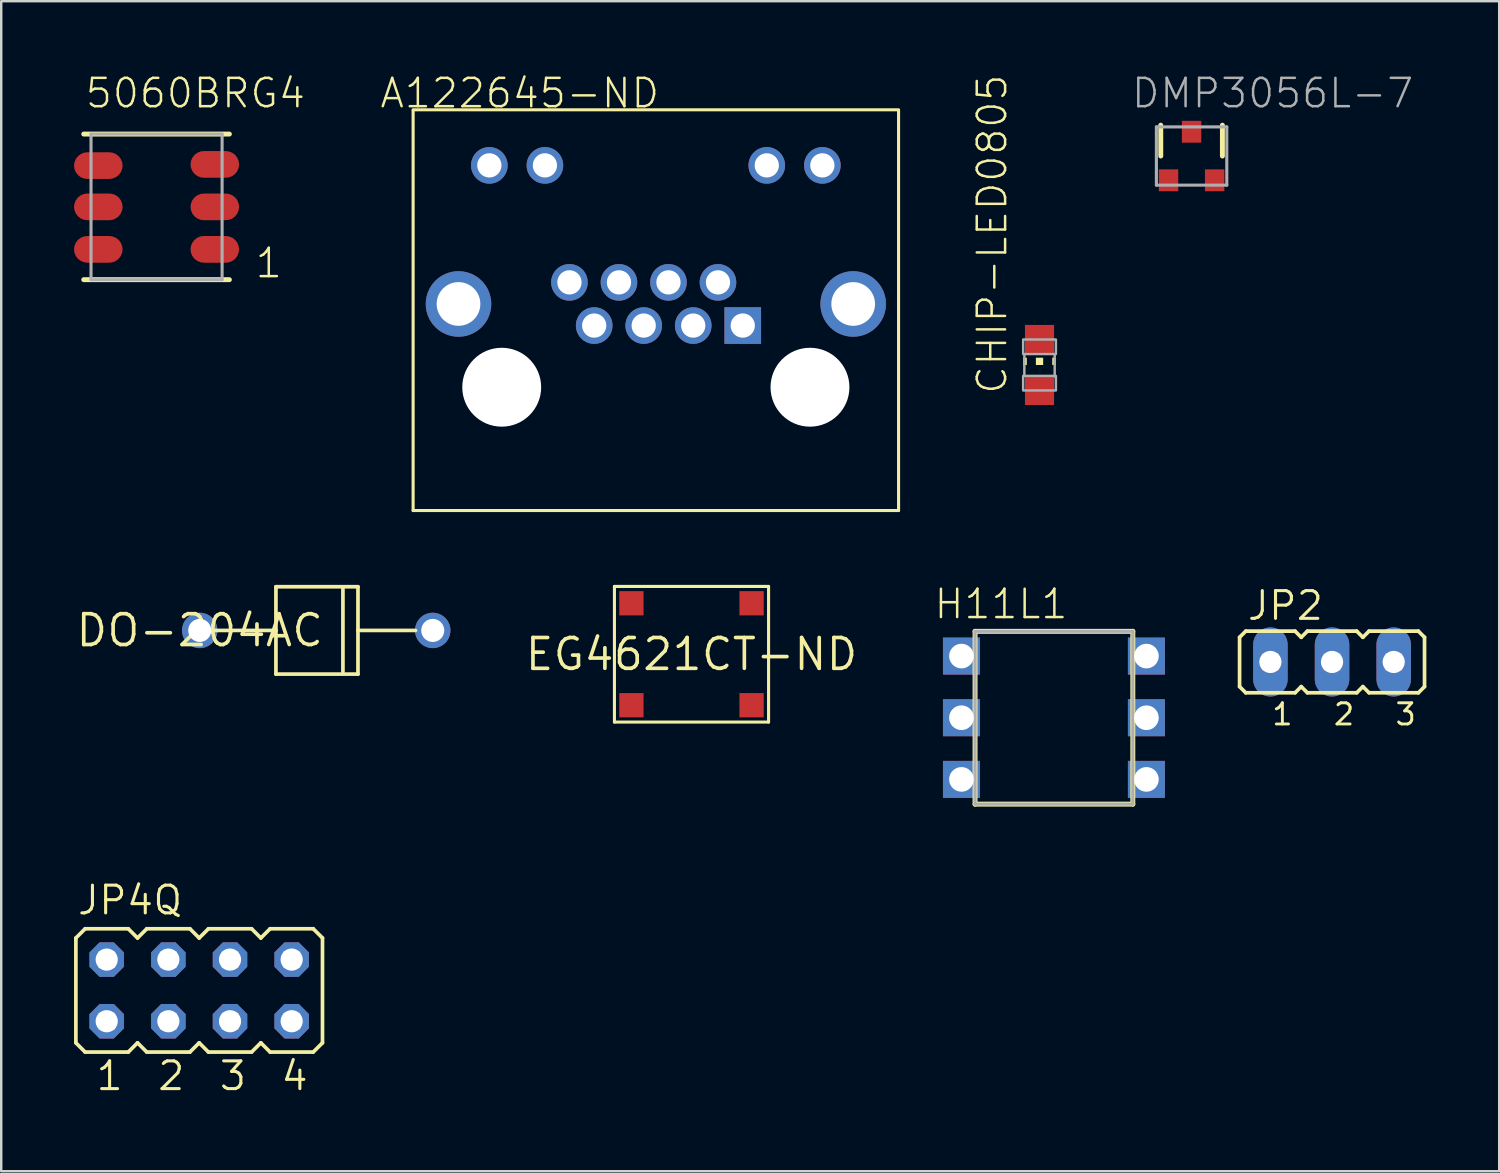
<source format=kicad_pcb>
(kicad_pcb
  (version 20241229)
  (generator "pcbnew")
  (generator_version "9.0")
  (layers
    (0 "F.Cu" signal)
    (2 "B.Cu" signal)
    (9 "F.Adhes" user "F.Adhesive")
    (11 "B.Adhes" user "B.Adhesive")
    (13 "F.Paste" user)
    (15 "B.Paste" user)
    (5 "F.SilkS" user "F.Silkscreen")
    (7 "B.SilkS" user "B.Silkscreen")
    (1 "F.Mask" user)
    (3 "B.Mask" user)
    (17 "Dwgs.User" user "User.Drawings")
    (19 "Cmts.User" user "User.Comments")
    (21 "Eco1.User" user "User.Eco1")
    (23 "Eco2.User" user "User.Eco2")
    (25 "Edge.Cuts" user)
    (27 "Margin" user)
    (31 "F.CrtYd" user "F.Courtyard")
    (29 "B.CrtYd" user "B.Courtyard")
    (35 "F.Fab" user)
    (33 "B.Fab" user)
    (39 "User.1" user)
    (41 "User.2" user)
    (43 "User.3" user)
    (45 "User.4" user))
  (footprint "DMP3056L-7"
    (layer "F.Cu")
    (at 46.042 3.378)
    (property "Reference" "DMP3056L-7" (at -2.54 -1.905 0) (layer "F.Fab") (effects (font (size 1.168 1.168) (thickness 0.102)) (justify left bottom)))
    (fp_line (start -1.27 0) (end -1.27 -1.27) (stroke (width 0.203) (type solid)) (layer "F.SilkS"))
    (fp_line (start 1.27 0) (end 1.27 -1.27) (stroke (width 0.203) (type solid)) (layer "F.SilkS"))
    (fp_line (start -1.45 -1.2) (end -1.45 1.2) (stroke (width 0.127) (type solid)) (layer "F.Fab"))
    (fp_line (start -1.45 1.2) (end 1.45 1.2) (stroke (width 0.127) (type solid)) (layer "F.Fab"))
    (fp_line (start 1.45 -1.2) (end -1.45 -1.2) (stroke (width 0.127) (type solid)) (layer "F.Fab"))
    (fp_line (start 1.45 1.2) (end 1.45 -1.2) (stroke (width 0.127) (type solid)) (layer "F.Fab"))
    (pad "D" smd rect (at 0 -1) (size 0.8 0.9) (layers "F.Cu" "F.Mask" "F.Paste"))
    (pad "G" smd rect (at -0.95 1) (size 0.8 0.9) (layers "F.Cu" "F.Mask" "F.Paste"))
    (pad "S" smd rect (at 0.95 1) (size 0.8 0.9) (layers "F.Cu" "F.Mask" "F.Paste")))
  (footprint "JP4Q"
    (layer "F.Cu")
    (at 5.156 37.754)
    (property "Reference" "JP4Q" (at -5.08 -3.048 0) (layer "F.SilkS") (effects (font (size 1.143 1.143) (thickness 0.127)) (justify left bottom)))
    (fp_line (start -5.08 -2.159) (end -4.699 -2.54) (stroke (width 0.152) (type solid)) (layer "F.SilkS"))
    (fp_line (start -5.08 2.159) (end -5.08 -2.159) (stroke (width 0.152) (type solid)) (layer "F.SilkS"))
    (fp_line (start -5.08 2.159) (end -4.699 2.54) (stroke (width 0.152) (type solid)) (layer "F.SilkS"))
    (fp_line (start -4.699 -2.54) (end -2.921 -2.54) (stroke (width 0.152) (type solid)) (layer "F.SilkS"))
    (fp_line (start -4.699 2.54) (end -2.921 2.54) (stroke (width 0.152) (type solid)) (layer "F.SilkS"))
    (fp_line (start -2.921 -2.54) (end -2.54 -2.159) (stroke (width 0.152) (type solid)) (layer "F.SilkS"))
    (fp_line (start -2.54 -2.159) (end -2.159 -2.54) (stroke (width 0.152) (type solid)) (layer "F.SilkS"))
    (fp_line (start -2.54 2.159) (end -2.921 2.54) (stroke (width 0.152) (type solid)) (layer "F.SilkS"))
    (fp_line (start -2.54 2.159) (end -2.159 2.54) (stroke (width 0.152) (type solid)) (layer "F.SilkS"))
    (fp_line (start -2.159 -2.54) (end -0.381 -2.54) (stroke (width 0.152) (type solid)) (layer "F.SilkS"))
    (fp_line (start -0.381 2.54) (end -2.159 2.54) (stroke (width 0.152) (type solid)) (layer "F.SilkS"))
    (fp_line (start 0 -2.159) (end -0.381 -2.54) (stroke (width 0.152) (type solid)) (layer "F.SilkS"))
    (fp_line (start 0 -2.159) (end 0.381 -2.54) (stroke (width 0.152) (type solid)) (layer "F.SilkS"))
    (fp_line (start 0 2.159) (end -0.381 2.54) (stroke (width 0.152) (type solid)) (layer "F.SilkS"))
    (fp_line (start 0 2.159) (end 0.381 2.54) (stroke (width 0.152) (type solid)) (layer "F.SilkS"))
    (fp_line (start 0.381 -2.54) (end 2.159 -2.54) (stroke (width 0.152) (type solid)) (layer "F.SilkS"))
    (fp_line (start 2.159 2.54) (end 0.381 2.54) (stroke (width 0.152) (type solid)) (layer "F.SilkS"))
    (fp_line (start 2.159 2.54) (end 2.54 2.159) (stroke (width 0.152) (type solid)) (layer "F.SilkS"))
    (fp_line (start 2.54 -2.159) (end 2.159 -2.54) (stroke (width 0.152) (type solid)) (layer "F.SilkS"))
    (fp_line (start 2.54 -2.159) (end 2.921 -2.54) (stroke (width 0.152) (type solid)) (layer "F.SilkS"))
    (fp_line (start 2.54 2.159) (end 2.921 2.54) (stroke (width 0.152) (type solid)) (layer "F.SilkS"))
    (fp_line (start 2.921 -2.54) (end 4.699 -2.54) (stroke (width 0.152) (type solid)) (layer "F.SilkS"))
    (fp_line (start 4.699 2.54) (end 2.921 2.54) (stroke (width 0.152) (type solid)) (layer "F.SilkS"))
    (fp_line (start 4.699 2.54) (end 5.08 2.159) (stroke (width 0.152) (type solid)) (layer "F.SilkS"))
    (fp_line (start 5.08 -2.159) (end 4.699 -2.54) (stroke (width 0.152) (type solid)) (layer "F.SilkS"))
    (fp_line (start 5.08 -2.159) (end 5.08 2.159) (stroke (width 0.152) (type solid)) (layer "F.SilkS"))
    (fp_poly (pts (xy -4.115 -0.965) (xy -3.505 -0.965) (xy -3.505 -1.575) (xy -4.115 -1.575)) (stroke (width 0.1) (type default)) (fill no) (layer "F.Fab"))
    (fp_poly (pts (xy -4.115 1.575) (xy -3.505 1.575) (xy -3.505 0.965) (xy -4.115 0.965)) (stroke (width 0.1) (type default)) (fill no) (layer "F.Fab"))
    (fp_poly (pts (xy -1.575 -0.965) (xy -0.965 -0.965) (xy -0.965 -1.575) (xy -1.575 -1.575)) (stroke (width 0.1) (type default)) (fill no) (layer "F.Fab"))
    (fp_poly (pts (xy -1.575 1.575) (xy -0.965 1.575) (xy -0.965 0.965) (xy -1.575 0.965)) (stroke (width 0.1) (type default)) (fill no) (layer "F.Fab"))
    (fp_poly (pts (xy 0.965 -0.965) (xy 1.575 -0.965) (xy 1.575 -1.575) (xy 0.965 -1.575)) (stroke (width 0.1) (type default)) (fill no) (layer "F.Fab"))
    (fp_poly (pts (xy 0.965 1.575) (xy 1.575 1.575) (xy 1.575 0.965) (xy 0.965 0.965)) (stroke (width 0.1) (type default)) (fill no) (layer "F.Fab"))
    (fp_poly (pts (xy 3.505 -0.965) (xy 4.115 -0.965) (xy 4.115 -1.575) (xy 3.505 -1.575)) (stroke (width 0.1) (type default)) (fill no) (layer "F.Fab"))
    (fp_poly (pts (xy 3.505 1.575) (xy 4.115 1.575) (xy 4.115 0.965) (xy 3.505 0.965)) (stroke (width 0.1) (type default)) (fill no) (layer "F.Fab"))
    (fp_text user "1" (at -4.318 4.191 0) (layer "F.SilkS") (effects (font (size 1.143 1.143) (thickness 0.127)) (justify left bottom)))
    (fp_text user "4" (at 3.302 4.191 0) (layer "F.SilkS") (effects (font (size 1.143 1.143) (thickness 0.127)) (justify left bottom)))
    (fp_text user "2" (at -1.778 4.191 0) (layer "F.SilkS") (effects (font (size 1.143 1.143) (thickness 0.127)) (justify left bottom)))
    (fp_text user "3" (at 0.762 4.191 0) (layer "F.SilkS") (effects (font (size 1.143 1.143) (thickness 0.127)) (justify left bottom)))
    (pad "1" thru_hole roundrect (at -3.81 1.27) (size 1.422 1.422) (drill 0.914) (layers "*.Cu" "*.Mask") (roundrect_rratio 0.25) (chamfer_ratio 0.293) (chamfer top_left top_right bottom_left bottom_right))
    (pad "2" thru_hole roundrect (at -3.81 -1.27) (size 1.422 1.422) (drill 0.914) (layers "*.Cu" "*.Mask") (roundrect_rratio 0.25) (chamfer_ratio 0.293) (chamfer top_left top_right bottom_left bottom_right))
    (pad "3" thru_hole roundrect (at -1.27 1.27) (size 1.422 1.422) (drill 0.914) (layers "*.Cu" "*.Mask") (roundrect_rratio 0.25) (chamfer_ratio 0.293) (chamfer top_left top_right bottom_left bottom_right))
    (pad "4" thru_hole roundrect (at -1.27 -1.27) (size 1.422 1.422) (drill 0.914) (layers "*.Cu" "*.Mask") (roundrect_rratio 0.25) (chamfer_ratio 0.293) (chamfer top_left top_right bottom_left bottom_right))
    (pad "5" thru_hole roundrect (at 1.27 1.27) (size 1.422 1.422) (drill 0.914) (layers "*.Cu" "*.Mask") (roundrect_rratio 0.25) (chamfer_ratio 0.293) (chamfer top_left top_right bottom_left bottom_right))
    (pad "6" thru_hole roundrect (at 1.27 -1.27) (size 1.422 1.422) (drill 0.914) (layers "*.Cu" "*.Mask") (roundrect_rratio 0.25) (chamfer_ratio 0.293) (chamfer top_left top_right bottom_left bottom_right))
    (pad "7" thru_hole roundrect (at 3.81 1.27) (size 1.422 1.422) (drill 0.914) (layers "*.Cu" "*.Mask") (roundrect_rratio 0.25) (chamfer_ratio 0.293) (chamfer top_left top_right bottom_left bottom_right))
    (pad "8" thru_hole roundrect (at 3.81 -1.27) (size 1.422 1.422) (drill 0.914) (layers "*.Cu" "*.Mask") (roundrect_rratio 0.25) (chamfer_ratio 0.293) (chamfer top_left top_right bottom_left bottom_right)))
  (footprint "5060BRG4"
    (layer "F.Cu")
    (at 3.4 5.473)
    (property "Reference" "5060BRG4" (at -3 -4 0) (layer "F.SilkS") (effects (font (size 1.168 1.168) (thickness 0.102)) (justify left bottom)))
    (fp_line (start -3 3) (end 3 3) (stroke (width 0.203) (type solid)) (layer "F.SilkS"))
    (fp_line (start 3 -3) (end -3 -3) (stroke (width 0.203) (type solid)) (layer "F.SilkS"))
    (fp_line (start -2.7 -3) (end 2.7 -3) (stroke (width 0.127) (type solid)) (layer "F.Fab"))
    (fp_line (start -2.7 3) (end -2.7 -3) (stroke (width 0.127) (type solid)) (layer "F.Fab"))
    (fp_line (start 2.7 -3) (end 2.7 3) (stroke (width 0.127) (type solid)) (layer "F.Fab"))
    (fp_line (start 2.7 3) (end -2.7 3) (stroke (width 0.127) (type solid)) (layer "F.Fab"))
    (fp_text user "1" (at 4 3 0) (layer "F.SilkS") (effects (font (size 1.168 1.168) (thickness 0.102)) (justify left bottom)))
    (pad "1" smd roundrect (at 2.4 1.75) (size 2 1.1) (layers "F.Cu" "F.Mask" "F.Paste") (roundrect_rratio 0.5))
    (pad "2" smd roundrect (at 2.4 0) (size 2 1.1) (layers "F.Cu" "F.Mask" "F.Paste") (roundrect_rratio 0.5))
    (pad "3" smd roundrect (at 2.4 -1.75) (size 2 1.1) (layers "F.Cu" "F.Mask" "F.Paste") (roundrect_rratio 0.5))
    (pad "4" smd roundrect (at -2.4 -1.7) (size 2 1.1) (layers "F.Cu" "F.Mask" "F.Paste") (roundrect_rratio 0.5))
    (pad "5" smd roundrect (at -2.4 0) (size 2 1.1) (layers "F.Cu" "F.Mask" "F.Paste") (roundrect_rratio 0.5))
    (pad "6" smd roundrect (at -2.4 1.75) (size 2 1.1) (layers "F.Cu" "F.Mask" "F.Paste") (roundrect_rratio 0.5)))
  (footprint "H11L1"
    (layer "F.Cu")
    (at 40.371 26.52)
    (property "Reference" "H11L1" (at -5 -4 0) (layer "F.SilkS") (effects (font (size 1.168 1.168) (thickness 0.102)) (justify left bottom)))
    (fp_line (start -3.25 -3.56) (end -3.25 3.56) (stroke (width 0.203) (type solid)) (layer "F.SilkS"))
    (fp_line (start -3.25 -3.56) (end 3.25 -3.56) (stroke (width 0.203) (type solid)) (layer "F.SilkS"))
    (fp_line (start -3.25 3.56) (end 3.25 3.56) (stroke (width 0.203) (type solid)) (layer "F.SilkS"))
    (fp_line (start 3.25 -3.56) (end 3.25 3.56) (stroke (width 0.203) (type solid)) (layer "F.SilkS"))
    (fp_line (start -3.25 -3.56) (end -3.25 3.56) (stroke (width 0.127) (type solid)) (layer "F.Fab"))
    (fp_line (start -3.25 -3.56) (end 3.25 -3.56) (stroke (width 0.127) (type solid)) (layer "F.Fab"))
    (fp_line (start -3.25 3.56) (end 3.25 3.56) (stroke (width 0.127) (type solid)) (layer "F.Fab"))
    (fp_line (start 3.25 -3.56) (end 3.25 3.56) (stroke (width 0.127) (type solid)) (layer "F.Fab"))
    (pad "3" thru_hole rect (at -3.81 2.54) (size 1.524 1.524) (drill 1.016) (layers "*.Cu" "*.Mask"))
    (pad "ANODE" thru_hole rect (at -3.81 -2.54) (size 1.524 1.524) (drill 1.016) (layers "*.Cu" "*.Mask"))
    (pad "CATHODE" thru_hole rect (at -3.81 0) (size 1.524 1.524) (drill 1.016) (layers "*.Cu" "*.Mask"))
    (pad "GND" thru_hole rect (at 3.81 0) (size 1.524 1.524) (drill 1.016) (layers "*.Cu" "*.Mask"))
    (pad "VCC" thru_hole rect (at 3.81 -2.54) (size 1.524 1.524) (drill 1.016) (layers "*.Cu" "*.Mask"))
    (pad "VO" thru_hole rect (at 3.81 2.54) (size 1.524 1.524) (drill 1.016) (layers "*.Cu" "*.Mask")))
  (footprint "DO-204AC"
    (layer "F.Cu")
    (at 5.178 22.923)
    (property "Reference" "DO-204AC" (at 0 0 0) (layer "F.SilkS") (effects (font (size 1.27 1.27) (thickness 0.15))))
    (fp_line (start 0 0) (end 3.14 0) (stroke (width 0.152) (type solid)) (layer "F.SilkS"))
    (fp_line (start 3.14 -1.8) (end 6.52 -1.8) (stroke (width 0.152) (type solid)) (layer "F.SilkS"))
    (fp_line (start 3.14 0) (end 3.14 -1.8) (stroke (width 0.152) (type solid)) (layer "F.SilkS"))
    (fp_line (start 3.14 1.8) (end 3.14 0) (stroke (width 0.152) (type solid)) (layer "F.SilkS"))
    (fp_line (start 5.9 -1.7) (end 5.9 1.7) (stroke (width 0.152) (type solid)) (layer "F.SilkS"))
    (fp_line (start 6.52 -1.8) (end 6.52 0) (stroke (width 0.152) (type solid)) (layer "F.SilkS"))
    (fp_line (start 6.52 0) (end 6.52 1.8) (stroke (width 0.152) (type solid)) (layer "F.SilkS"))
    (fp_line (start 6.52 0) (end 8.89 0) (stroke (width 0.152) (type solid)) (layer "F.SilkS"))
    (fp_line (start 6.52 1.8) (end 3.14 1.8) (stroke (width 0.152) (type solid)) (layer "F.SilkS"))
    (pad "ANODE" thru_hole circle (at 0 0) (size 1.458 1.458) (drill 0.95) (layers "*.Cu" "*.Mask"))
    (pad "CATHODE" thru_hole circle (at 9.6 0) (size 1.458 1.458) (drill 0.95) (layers "*.Cu" "*.Mask")))
  (footprint "CHIP-LED0805"
    (layer "F.Cu")
    (at 39.777 11.987)
    (property "Reference" "CHIP-LED0805" (at -1.27 1.27 90) (layer "F.SilkS") (effects (font (size 1.168 1.168) (thickness 0.102)) (justify left bottom)))
    (fp_poly (pts (xy -0.675 0) (xy -0.525 0) (xy -0.525 -0.3) (xy -0.675 -0.3)) (stroke (width 0) (type default)) (fill yes) (layer "F.SilkS"))
    (fp_poly (pts (xy -0.15 0) (xy 0.15 0) (xy 0.15 -0.3) (xy -0.15 -0.3)) (stroke (width 0) (type default)) (fill yes) (layer "F.SilkS"))
    (fp_poly (pts (xy 0.525 0) (xy 0.675 0) (xy 0.675 -0.3) (xy 0.525 -0.3)) (stroke (width 0) (type default)) (fill yes) (layer "F.SilkS"))
    (fp_line (start -0.625 -0.45) (end -0.625 0.45) (stroke (width 0.102) (type solid)) (layer "F.Fab"))
    (fp_line (start 0.625 -0.45) (end 0.625 0.475) (stroke (width 0.102) (type solid)) (layer "F.Fab"))
    (fp_poly (pts (xy -0.675 -0.45) (xy 0.675 -0.45) (xy 0.675 -1.05) (xy -0.675 -1.05)) (stroke (width 0.1) (type default)) (fill no) (layer "F.Fab"))
    (fp_poly (pts (xy -0.675 1.05) (xy 0.675 1.05) (xy 0.675 0.45) (xy -0.675 0.45)) (stroke (width 0.1) (type default)) (fill no) (layer "F.Fab"))
    (pad "A" smd rect (at 0 1.05) (size 1.2 1.2) (layers "F.Cu" "F.Mask" "F.Paste"))
    (pad "C" smd rect (at 0 -1.05) (size 1.2 1.2) (layers "F.Cu" "F.Mask" "F.Paste")))
  (footprint "JP2"
    (layer "F.Cu")
    (at 51.829 24.222)
    (property "Reference" "JP2" (at -3.556 -1.651 0) (layer "F.SilkS") (effects (font (size 1.143 1.143) (thickness 0.127)) (justify left bottom)))
    (fp_line (start -3.81 -1.016) (end -3.556 -1.27) (stroke (width 0.152) (type solid)) (layer "F.SilkS"))
    (fp_line (start -3.81 1.016) (end -3.81 -1.016) (stroke (width 0.152) (type solid)) (layer "F.SilkS"))
    (fp_line (start -3.81 1.016) (end -3.556 1.27) (stroke (width 0.152) (type solid)) (layer "F.SilkS"))
    (fp_line (start -1.524 -1.27) (end -3.556 -1.27) (stroke (width 0.152) (type solid)) (layer "F.SilkS"))
    (fp_line (start -1.524 -1.27) (end -1.27 -1.016) (stroke (width 0.152) (type solid)) (layer "F.SilkS"))
    (fp_line (start -1.524 1.27) (end -3.556 1.27) (stroke (width 0.152) (type solid)) (layer "F.SilkS"))
    (fp_line (start -1.524 1.27) (end -1.27 1.016) (stroke (width 0.152) (type solid)) (layer "F.SilkS"))
    (fp_line (start -1.27 -1.016) (end -1.016 -1.27) (stroke (width 0.152) (type solid)) (layer "F.SilkS"))
    (fp_line (start -1.27 1.016) (end -1.016 1.27) (stroke (width 0.152) (type solid)) (layer "F.SilkS"))
    (fp_line (start 1.016 -1.27) (end -1.016 -1.27) (stroke (width 0.152) (type solid)) (layer "F.SilkS"))
    (fp_line (start 1.016 -1.27) (end 1.27 -1.016) (stroke (width 0.152) (type solid)) (layer "F.SilkS"))
    (fp_line (start 1.016 1.27) (end -1.016 1.27) (stroke (width 0.152) (type solid)) (layer "F.SilkS"))
    (fp_line (start 1.016 1.27) (end 1.27 1.016) (stroke (width 0.152) (type solid)) (layer "F.SilkS"))
    (fp_line (start 1.27 -1.016) (end 1.524 -1.27) (stroke (width 0.152) (type solid)) (layer "F.SilkS"))
    (fp_line (start 1.27 1.016) (end 1.524 1.27) (stroke (width 0.152) (type solid)) (layer "F.SilkS"))
    (fp_line (start 3.556 -1.27) (end 1.524 -1.27) (stroke (width 0.152) (type solid)) (layer "F.SilkS"))
    (fp_line (start 3.556 -1.27) (end 3.81 -1.016) (stroke (width 0.152) (type solid)) (layer "F.SilkS"))
    (fp_line (start 3.556 1.27) (end 1.524 1.27) (stroke (width 0.152) (type solid)) (layer "F.SilkS"))
    (fp_line (start 3.556 1.27) (end 3.81 1.016) (stroke (width 0.152) (type solid)) (layer "F.SilkS"))
    (fp_line (start 3.81 -1.016) (end 3.81 1.016) (stroke (width 0.152) (type solid)) (layer "F.SilkS"))
    (fp_poly (pts (xy -2.845 0.305) (xy -2.235 0.305) (xy -2.235 -0.305) (xy -2.845 -0.305)) (stroke (width 0.1) (type default)) (fill no) (layer "F.Fab"))
    (fp_poly (pts (xy -0.305 0.305) (xy 0.305 0.305) (xy 0.305 -0.305) (xy -0.305 -0.305)) (stroke (width 0.1) (type default)) (fill no) (layer "F.Fab"))
    (fp_poly (pts (xy 2.235 0.305) (xy 2.845 0.305) (xy 2.845 -0.305) (xy 2.235 -0.305)) (stroke (width 0.1) (type default)) (fill no) (layer "F.Fab"))
    (fp_text user "3" (at 2.54 2.667 0) (layer "F.SilkS") (effects (font (size 0.872 0.872) (thickness 0.119)) (justify left bottom)))
    (fp_text user "1" (at -2.54 2.667 0) (layer "F.SilkS") (effects (font (size 0.872 0.872) (thickness 0.119)) (justify left bottom)))
    (fp_text user "2" (at 0 2.667 0) (layer "F.SilkS") (effects (font (size 0.872 0.872) (thickness 0.119)) (justify left bottom)))
    (pad "1" thru_hole oval (at -2.54 0 90) (size 2.845 1.422) (drill 0.914) (layers "*.Cu" "*.Mask"))
    (pad "2" thru_hole oval (at 0 0 90) (size 2.845 1.422) (drill 0.914) (layers "*.Cu" "*.Mask"))
    (pad "3" thru_hole oval (at 2.54 0 90) (size 2.845 1.422) (drill 0.914) (layers "*.Cu" "*.Mask")))
  (footprint "EG4621CT-ND"
    (layer "F.Cu")
    (at 25.439 23.904)
    (property "Reference" "EG4621CT-ND" (at 0 0 0) (layer "F.SilkS") (effects (font (size 1.27 1.27) (thickness 0.15))))
    (fp_line (start -3.175 -2.794) (end -3.175 2.794) (stroke (width 0.127) (type solid)) (layer "F.SilkS"))
    (fp_line (start -3.175 2.794) (end 3.175 2.794) (stroke (width 0.127) (type solid)) (layer "F.SilkS"))
    (fp_line (start 3.175 -2.794) (end -3.175 -2.794) (stroke (width 0.127) (type solid)) (layer "F.SilkS"))
    (fp_line (start 3.175 2.794) (end 3.175 -2.794) (stroke (width 0.127) (type solid)) (layer "F.SilkS"))
    (pad "P$1" smd rect (at -2.475 -2.1) (size 1 1) (layers "F.Cu" "F.Mask" "F.Paste"))
    (pad "P$2" smd rect (at 2.475 -2.1) (size 1 1) (layers "F.Cu" "F.Mask" "F.Paste"))
    (pad "P$3" smd rect (at -2.475 2.1) (size 1 1) (layers "F.Cu" "F.Mask" "F.Paste"))
    (pad "P$4" smd rect (at 2.475 2.1) (size 1 1) (layers "F.Cu" "F.Mask" "F.Paste")))
  (footprint "A122645-ND"
    (layer "F.Cu")
    (at 23.97 12.903)
    (property "Reference" "A122645-ND" (at -11.43 -11.43 0) (layer "F.SilkS") (effects (font (size 1.168 1.168) (thickness 0.102)) (justify left bottom)))
    (fp_line (start -10 -11.43) (end 10 -11.43) (stroke (width 0.127) (type solid)) (layer "F.SilkS"))
    (fp_line (start -10 5.08) (end -10 -11.4) (stroke (width 0.127) (type solid)) (layer "F.SilkS"))
    (fp_line (start -10 5.08) (end 10 5.08) (stroke (width 0.127) (type solid)) (layer "F.SilkS"))
    (fp_line (start 10 5.08) (end 10 -11.4) (stroke (width 0.127) (type solid)) (layer "F.SilkS"))
    (pad "" np_thru_hole circle (at -6.35 0) (size 3.25 3.25) (drill 3.25) (layers "*.Cu" "*.Mask"))
    (pad "" np_thru_hole circle (at 6.35 0) (size 3.25 3.25) (drill 3.25) (layers "*.Cu" "*.Mask"))
    (pad "P$1" thru_hole rect (at 3.58 -2.54) (size 1.508 1.508) (drill 1) (layers "*.Cu" "*.Mask"))
    (pad "P$2" thru_hole circle (at 2.56 -4.32) (size 1.508 1.508) (drill 1) (layers "*.Cu" "*.Mask"))
    (pad "P$3" thru_hole circle (at 1.54 -2.54) (size 1.508 1.508) (drill 1) (layers "*.Cu" "*.Mask"))
    (pad "P$4" thru_hole circle (at 0.52 -4.32) (size 1.508 1.508) (drill 1) (layers "*.Cu" "*.Mask"))
    (pad "P$5" thru_hole circle (at -0.5 -2.54) (size 1.508 1.508) (drill 1) (layers "*.Cu" "*.Mask"))
    (pad "P$6" thru_hole circle (at -1.52 -4.32) (size 1.508 1.508) (drill 1) (layers "*.Cu" "*.Mask"))
    (pad "P$7" thru_hole circle (at -2.54 -2.54) (size 1.508 1.508) (drill 1) (layers "*.Cu" "*.Mask"))
    (pad "P$8" thru_hole circle (at -3.56 -4.32) (size 1.508 1.508) (drill 1) (layers "*.Cu" "*.Mask"))
    (pad "P$9" thru_hole circle (at -6.86 -9.14) (size 1.508 1.508) (drill 1) (layers "*.Cu" "*.Mask"))
    (pad "P$10" thru_hole circle (at -4.57 -9.14) (size 1.508 1.508) (drill 1) (layers "*.Cu" "*.Mask"))
    (pad "P$11" thru_hole circle (at 4.57 -9.14) (size 1.508 1.508) (drill 1) (layers "*.Cu" "*.Mask"))
    (pad "P$12" thru_hole circle (at 6.86 -9.14) (size 1.508 1.508) (drill 1) (layers "*.Cu" "*.Mask"))
    (pad "P$13" thru_hole circle (at -8.13 -3.43) (size 2.7 2.7) (drill 1.8) (layers "*.Cu" "*.Mask"))
    (pad "P$14" thru_hole circle (at 8.13 -3.43) (size 2.7 2.7) (drill 1.8) (layers "*.Cu" "*.Mask")))
  (gr_rect
    (start -3 -3)
    (end 58.715 45.204)
    (stroke (width 0.1) (type default))
    (fill no)
    (layer "Edge.Cuts")))
</source>
